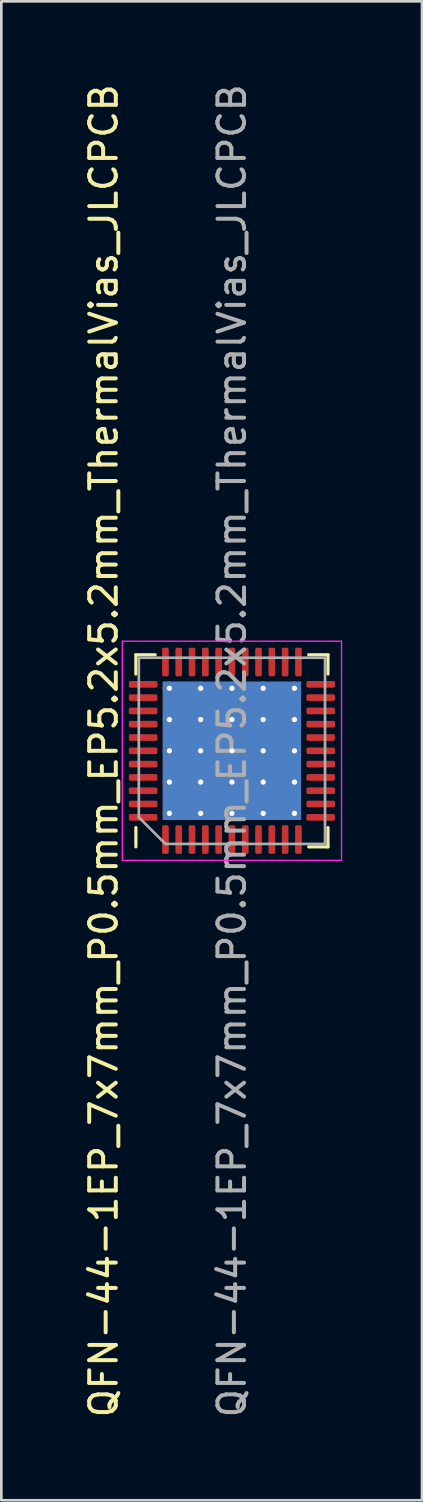
<source format=kicad_pcb>
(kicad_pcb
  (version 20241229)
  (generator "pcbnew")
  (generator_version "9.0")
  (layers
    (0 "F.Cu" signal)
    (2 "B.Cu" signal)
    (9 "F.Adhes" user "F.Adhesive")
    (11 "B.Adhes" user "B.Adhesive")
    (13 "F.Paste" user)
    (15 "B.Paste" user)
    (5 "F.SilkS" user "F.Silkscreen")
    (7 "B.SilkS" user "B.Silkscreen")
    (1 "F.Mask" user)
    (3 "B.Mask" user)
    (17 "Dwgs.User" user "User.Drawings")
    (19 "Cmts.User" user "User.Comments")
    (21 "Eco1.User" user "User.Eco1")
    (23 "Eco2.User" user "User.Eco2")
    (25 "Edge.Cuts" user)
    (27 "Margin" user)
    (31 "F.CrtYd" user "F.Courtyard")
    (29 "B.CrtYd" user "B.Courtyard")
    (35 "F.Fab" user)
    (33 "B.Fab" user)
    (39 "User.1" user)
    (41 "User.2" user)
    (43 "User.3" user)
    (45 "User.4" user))
  (footprint "QFN-44-1EP_7x7mm_P0.5mm_EP5.2x5.2mm_ThermalVias_JLCPCB"
    (layer "F.Cu")
    (at 5.668 25.173)
    (property "Reference" "QFN-44-1EP_7x7mm_P0.5mm_EP5.2x5.2mm_ThermalVias_JLCPCB" (at -4.82 0 90) (layer "F.SilkS") (effects (font (size 1 1) (thickness 0.15))))
    (attr smd)
    (fp_line (start -3.61 -3.61) (end -2.885 -3.61) (stroke (width 0.12) (type solid)) (layer "F.SilkS"))
    (fp_line (start -3.61 -2.885) (end -3.61 -3.61) (stroke (width 0.12) (type solid)) (layer "F.SilkS"))
    (fp_line (start -3.61 2.885) (end -3.61 3.61) (stroke (width 0.12) (type solid)) (layer "F.SilkS"))
    (fp_line (start 3.61 -3.61) (end 2.885 -3.61) (stroke (width 0.12) (type solid)) (layer "F.SilkS"))
    (fp_line (start 3.61 -2.885) (end 3.61 -3.61) (stroke (width 0.12) (type solid)) (layer "F.SilkS"))
    (fp_line (start 3.61 2.885) (end 3.61 3.61) (stroke (width 0.12) (type solid)) (layer "F.SilkS"))
    (fp_line (start 3.61 3.61) (end 2.885 3.61) (stroke (width 0.12) (type solid)) (layer "F.SilkS"))
    (fp_line (start -4.12 -4.12) (end -4.12 4.12) (stroke (width 0.05) (type solid)) (layer "F.CrtYd"))
    (fp_line (start -4.12 4.12) (end 4.12 4.12) (stroke (width 0.05) (type solid)) (layer "F.CrtYd"))
    (fp_line (start 4.12 -4.12) (end -4.12 -4.12) (stroke (width 0.05) (type solid)) (layer "F.CrtYd"))
    (fp_line (start 4.12 4.12) (end 4.12 -4.12) (stroke (width 0.05) (type solid)) (layer "F.CrtYd"))
    (fp_line (start -3.5 -3.5) (end 3.5 -3.5) (stroke (width 0.1) (type solid)) (layer "F.Fab"))
    (fp_line (start -3.5 2.5) (end -3.5 -3.5) (stroke (width 0.1) (type solid)) (layer "F.Fab"))
    (fp_line (start -2.5 3.5) (end -3.5 2.5) (stroke (width 0.1) (type solid)) (layer "F.Fab"))
    (fp_line (start 3.5 -3.5) (end 3.5 3.5) (stroke (width 0.1) (type solid)) (layer "F.Fab"))
    (fp_line (start 3.5 3.5) (end -2.5 3.5) (stroke (width 0.1) (type solid)) (layer "F.Fab"))
    (fp_text user "${REFERENCE}" (at 0 0 90) (layer "F.Fab") (effects (font (size 1 1) (thickness 0.15))))
    (pad "" smd roundrect (at -1.762 -1.762 90) (size 1.007 1.007) (layers "F.Paste") (roundrect_rratio 0.248))
    (pad "" smd roundrect (at -1.762 -0.588 90) (size 1.007 1.007) (layers "F.Paste") (roundrect_rratio 0.248))
    (pad "" smd roundrect (at -1.762 0.588 90) (size 1.007 1.007) (layers "F.Paste") (roundrect_rratio 0.248))
    (pad "" smd roundrect (at -1.762 1.762 90) (size 1.007 1.007) (layers "F.Paste") (roundrect_rratio 0.248))
    (pad "" smd roundrect (at -0.588 -1.762 90) (size 1.007 1.007) (layers "F.Paste") (roundrect_rratio 0.248))
    (pad "" smd roundrect (at -0.588 -0.588 90) (size 1.007 1.007) (layers "F.Paste") (roundrect_rratio 0.248))
    (pad "" smd roundrect (at -0.588 0.588 90) (size 1.007 1.007) (layers "F.Paste") (roundrect_rratio 0.248))
    (pad "" smd roundrect (at -0.588 1.762 90) (size 1.007 1.007) (layers "F.Paste") (roundrect_rratio 0.248))
    (pad "" smd roundrect (at 0.588 -1.762 90) (size 1.007 1.007) (layers "F.Paste") (roundrect_rratio 0.248))
    (pad "" smd roundrect (at 0.588 -0.588 90) (size 1.007 1.007) (layers "F.Paste") (roundrect_rratio 0.248))
    (pad "" smd roundrect (at 0.588 0.588 90) (size 1.007 1.007) (layers "F.Paste") (roundrect_rratio 0.248))
    (pad "" smd roundrect (at 0.588 1.762 90) (size 1.007 1.007) (layers "F.Paste") (roundrect_rratio 0.248))
    (pad "" smd roundrect (at 1.762 -1.762 90) (size 1.007 1.007) (layers "F.Paste") (roundrect_rratio 0.248))
    (pad "" smd roundrect (at 1.762 -0.588 90) (size 1.007 1.007) (layers "F.Paste") (roundrect_rratio 0.248))
    (pad "" smd roundrect (at 1.762 0.588 90) (size 1.007 1.007) (layers "F.Paste") (roundrect_rratio 0.248))
    (pad "" smd roundrect (at 1.762 1.762 90) (size 1.007 1.007) (layers "F.Paste") (roundrect_rratio 0.248))
    (pad "1" smd roundrect (at -2.5 3.337 90) (size 1.075 0.25) (layers "F.Cu" "F.Mask" "F.Paste") (roundrect_rratio 0.25))
    (pad "2" smd roundrect (at -2 3.337 90) (size 1.075 0.25) (layers "F.Cu" "F.Mask" "F.Paste") (roundrect_rratio 0.25))
    (pad "3" smd roundrect (at -1.5 3.337 90) (size 1.075 0.25) (layers "F.Cu" "F.Mask" "F.Paste") (roundrect_rratio 0.25))
    (pad "4" smd roundrect (at -1 3.337 90) (size 1.075 0.25) (layers "F.Cu" "F.Mask" "F.Paste") (roundrect_rratio 0.25))
    (pad "5" smd roundrect (at -0.5 3.337 90) (size 1.075 0.25) (layers "F.Cu" "F.Mask" "F.Paste") (roundrect_rratio 0.25))
    (pad "6" smd roundrect (at 0 3.337 90) (size 1.075 0.25) (layers "F.Cu" "F.Mask" "F.Paste") (roundrect_rratio 0.25))
    (pad "7" smd roundrect (at 0.5 3.337 90) (size 1.075 0.25) (layers "F.Cu" "F.Mask" "F.Paste") (roundrect_rratio 0.25))
    (pad "8" smd roundrect (at 1 3.337 90) (size 1.075 0.25) (layers "F.Cu" "F.Mask" "F.Paste") (roundrect_rratio 0.25))
    (pad "9" smd roundrect (at 1.5 3.337 90) (size 1.075 0.25) (layers "F.Cu" "F.Mask" "F.Paste") (roundrect_rratio 0.25))
    (pad "10" smd roundrect (at 2 3.337 90) (size 1.075 0.25) (layers "F.Cu" "F.Mask" "F.Paste") (roundrect_rratio 0.25))
    (pad "11" smd roundrect (at 2.5 3.337 90) (size 1.075 0.25) (layers "F.Cu" "F.Mask" "F.Paste") (roundrect_rratio 0.25))
    (pad "12" smd roundrect (at 3.337 2.5 90) (size 0.25 1.075) (layers "F.Cu" "F.Mask" "F.Paste") (roundrect_rratio 0.25))
    (pad "13" smd roundrect (at 3.337 2 90) (size 0.25 1.075) (layers "F.Cu" "F.Mask" "F.Paste") (roundrect_rratio 0.25))
    (pad "14" smd roundrect (at 3.337 1.5 90) (size 0.25 1.075) (layers "F.Cu" "F.Mask" "F.Paste") (roundrect_rratio 0.25))
    (pad "15" smd roundrect (at 3.337 1 90) (size 0.25 1.075) (layers "F.Cu" "F.Mask" "F.Paste") (roundrect_rratio 0.25))
    (pad "16" smd roundrect (at 3.337 0.5 90) (size 0.25 1.075) (layers "F.Cu" "F.Mask" "F.Paste") (roundrect_rratio 0.25))
    (pad "17" smd roundrect (at 3.337 0 90) (size 0.25 1.075) (layers "F.Cu" "F.Mask" "F.Paste") (roundrect_rratio 0.25))
    (pad "18" smd roundrect (at 3.337 -0.5 90) (size 0.25 1.075) (layers "F.Cu" "F.Mask" "F.Paste") (roundrect_rratio 0.25))
    (pad "19" smd roundrect (at 3.337 -1 90) (size 0.25 1.075) (layers "F.Cu" "F.Mask" "F.Paste") (roundrect_rratio 0.25))
    (pad "20" smd roundrect (at 3.337 -1.5 90) (size 0.25 1.075) (layers "F.Cu" "F.Mask" "F.Paste") (roundrect_rratio 0.25))
    (pad "21" smd roundrect (at 3.337 -2 90) (size 0.25 1.075) (layers "F.Cu" "F.Mask" "F.Paste") (roundrect_rratio 0.25))
    (pad "22" smd roundrect (at 3.337 -2.5 90) (size 0.25 1.075) (layers "F.Cu" "F.Mask" "F.Paste") (roundrect_rratio 0.25))
    (pad "23" smd roundrect (at 2.5 -3.337 90) (size 1.075 0.25) (layers "F.Cu" "F.Mask" "F.Paste") (roundrect_rratio 0.25))
    (pad "24" smd roundrect (at 2 -3.337 90) (size 1.075 0.25) (layers "F.Cu" "F.Mask" "F.Paste") (roundrect_rratio 0.25))
    (pad "25" smd roundrect (at 1.5 -3.337 90) (size 1.075 0.25) (layers "F.Cu" "F.Mask" "F.Paste") (roundrect_rratio 0.25))
    (pad "26" smd roundrect (at 1 -3.337 90) (size 1.075 0.25) (layers "F.Cu" "F.Mask" "F.Paste") (roundrect_rratio 0.25))
    (pad "27" smd roundrect (at 0.5 -3.337 90) (size 1.075 0.25) (layers "F.Cu" "F.Mask" "F.Paste") (roundrect_rratio 0.25))
    (pad "28" smd roundrect (at 0 -3.337 90) (size 1.075 0.25) (layers "F.Cu" "F.Mask" "F.Paste") (roundrect_rratio 0.25))
    (pad "29" smd roundrect (at -0.5 -3.337 90) (size 1.075 0.25) (layers "F.Cu" "F.Mask" "F.Paste") (roundrect_rratio 0.25))
    (pad "30" smd roundrect (at -1 -3.337 90) (size 1.075 0.25) (layers "F.Cu" "F.Mask" "F.Paste") (roundrect_rratio 0.25))
    (pad "31" smd roundrect (at -1.5 -3.337 90) (size 1.075 0.25) (layers "F.Cu" "F.Mask" "F.Paste") (roundrect_rratio 0.25))
    (pad "32" smd roundrect (at -2 -3.337 90) (size 1.075 0.25) (layers "F.Cu" "F.Mask" "F.Paste") (roundrect_rratio 0.25))
    (pad "33" smd roundrect (at -2.5 -3.337 90) (size 1.075 0.25) (layers "F.Cu" "F.Mask" "F.Paste") (roundrect_rratio 0.25))
    (pad "34" smd roundrect (at -3.337 -2.5 90) (size 0.25 1.075) (layers "F.Cu" "F.Mask" "F.Paste") (roundrect_rratio 0.25))
    (pad "35" smd roundrect (at -3.337 -2 90) (size 0.25 1.075) (layers "F.Cu" "F.Mask" "F.Paste") (roundrect_rratio 0.25))
    (pad "36" smd roundrect (at -3.337 -1.5 90) (size 0.25 1.075) (layers "F.Cu" "F.Mask" "F.Paste") (roundrect_rratio 0.25))
    (pad "37" smd roundrect (at -3.337 -1 90) (size 0.25 1.075) (layers "F.Cu" "F.Mask" "F.Paste") (roundrect_rratio 0.25))
    (pad "38" smd roundrect (at -3.337 -0.5 90) (size 0.25 1.075) (layers "F.Cu" "F.Mask" "F.Paste") (roundrect_rratio 0.25))
    (pad "39" smd roundrect (at -3.337 0 90) (size 0.25 1.075) (layers "F.Cu" "F.Mask" "F.Paste") (roundrect_rratio 0.25))
    (pad "40" smd roundrect (at -3.337 0.5 90) (size 0.25 1.075) (layers "F.Cu" "F.Mask" "F.Paste") (roundrect_rratio 0.25))
    (pad "41" smd roundrect (at -3.337 1 90) (size 0.25 1.075) (layers "F.Cu" "F.Mask" "F.Paste") (roundrect_rratio 0.25))
    (pad "42" smd roundrect (at -3.337 1.5 90) (size 0.25 1.075) (layers "F.Cu" "F.Mask" "F.Paste") (roundrect_rratio 0.25))
    (pad "43" smd roundrect (at -3.337 2 90) (size 0.25 1.075) (layers "F.Cu" "F.Mask" "F.Paste") (roundrect_rratio 0.25))
    (pad "44" smd roundrect (at -3.337 2.5 90) (size 0.25 1.075) (layers "F.Cu" "F.Mask" "F.Paste") (roundrect_rratio 0.25))
    (pad "45" thru_hole circle (at -2.35 -2.35 90) (size 0.5 0.5) (drill 0.2) (layers "*.Cu"))
    (pad "45" thru_hole circle (at -2.35 -1.175 90) (size 0.5 0.5) (drill 0.2) (layers "*.Cu"))
    (pad "45" thru_hole circle (at -2.35 0 90) (size 0.5 0.5) (drill 0.2) (layers "*.Cu"))
    (pad "45" thru_hole circle (at -2.35 1.175 90) (size 0.5 0.5) (drill 0.2) (layers "*.Cu"))
    (pad "45" thru_hole circle (at -2.35 2.35 90) (size 0.5 0.5) (drill 0.2) (layers "*.Cu"))
    (pad "45" thru_hole circle (at -1.175 -2.35 90) (size 0.5 0.5) (drill 0.2) (layers "*.Cu"))
    (pad "45" thru_hole circle (at -1.175 -1.175 90) (size 0.5 0.5) (drill 0.2) (layers "*.Cu"))
    (pad "45" thru_hole circle (at -1.175 0 90) (size 0.5 0.5) (drill 0.2) (layers "*.Cu"))
    (pad "45" thru_hole circle (at -1.175 1.175 90) (size 0.5 0.5) (drill 0.2) (layers "*.Cu"))
    (pad "45" thru_hole circle (at -1.175 2.35 90) (size 0.5 0.5) (drill 0.2) (layers "*.Cu"))
    (pad "45" thru_hole circle (at 0 -2.35 90) (size 0.5 0.5) (drill 0.2) (layers "*.Cu"))
    (pad "45" thru_hole circle (at 0 -1.175 90) (size 0.5 0.5) (drill 0.2) (layers "*.Cu"))
    (pad "45" thru_hole circle (at 0 0 90) (size 0.5 0.5) (drill 0.2) (layers "*.Cu"))
    (pad "45" smd rect (at 0 0 90) (size 5.2 5.2) (layers "F.Cu" "F.Mask"))
    (pad "45" smd rect (at 0 0 90) (size 5.2 5.2) (layers "B.Cu"))
    (pad "45" thru_hole circle (at 0 1.175 90) (size 0.5 0.5) (drill 0.2) (layers "*.Cu"))
    (pad "45" thru_hole circle (at 0 2.35 90) (size 0.5 0.5) (drill 0.2) (layers "*.Cu"))
    (pad "45" thru_hole circle (at 1.175 -2.35 90) (size 0.5 0.5) (drill 0.2) (layers "*.Cu"))
    (pad "45" thru_hole circle (at 1.175 -1.175 90) (size 0.5 0.5) (drill 0.2) (layers "*.Cu"))
    (pad "45" thru_hole circle (at 1.175 0 90) (size 0.5 0.5) (drill 0.2) (layers "*.Cu"))
    (pad "45" thru_hole circle (at 1.175 1.175 90) (size 0.5 0.5) (drill 0.2) (layers "*.Cu"))
    (pad "45" thru_hole circle (at 1.175 2.35 90) (size 0.5 0.5) (drill 0.2) (layers "*.Cu"))
    (pad "45" thru_hole circle (at 2.35 -2.35 90) (size 0.5 0.5) (drill 0.2) (layers "*.Cu"))
    (pad "45" thru_hole circle (at 2.35 -1.175 90) (size 0.5 0.5) (drill 0.2) (layers "*.Cu"))
    (pad "45" thru_hole circle (at 2.35 0 90) (size 0.5 0.5) (drill 0.2) (layers "*.Cu"))
    (pad "45" thru_hole circle (at 2.35 1.175 90) (size 0.5 0.5) (drill 0.2) (layers "*.Cu"))
    (pad "45" thru_hole circle (at 2.35 2.35 90) (size 0.5 0.5) (drill 0.2) (layers "*.Cu")))
  (gr_rect
    (start -3 -3)
    (end 12.813 53.345)
    (stroke (width 0.1) (type default))
    (fill no)
    (layer "Edge.Cuts")))
</source>
